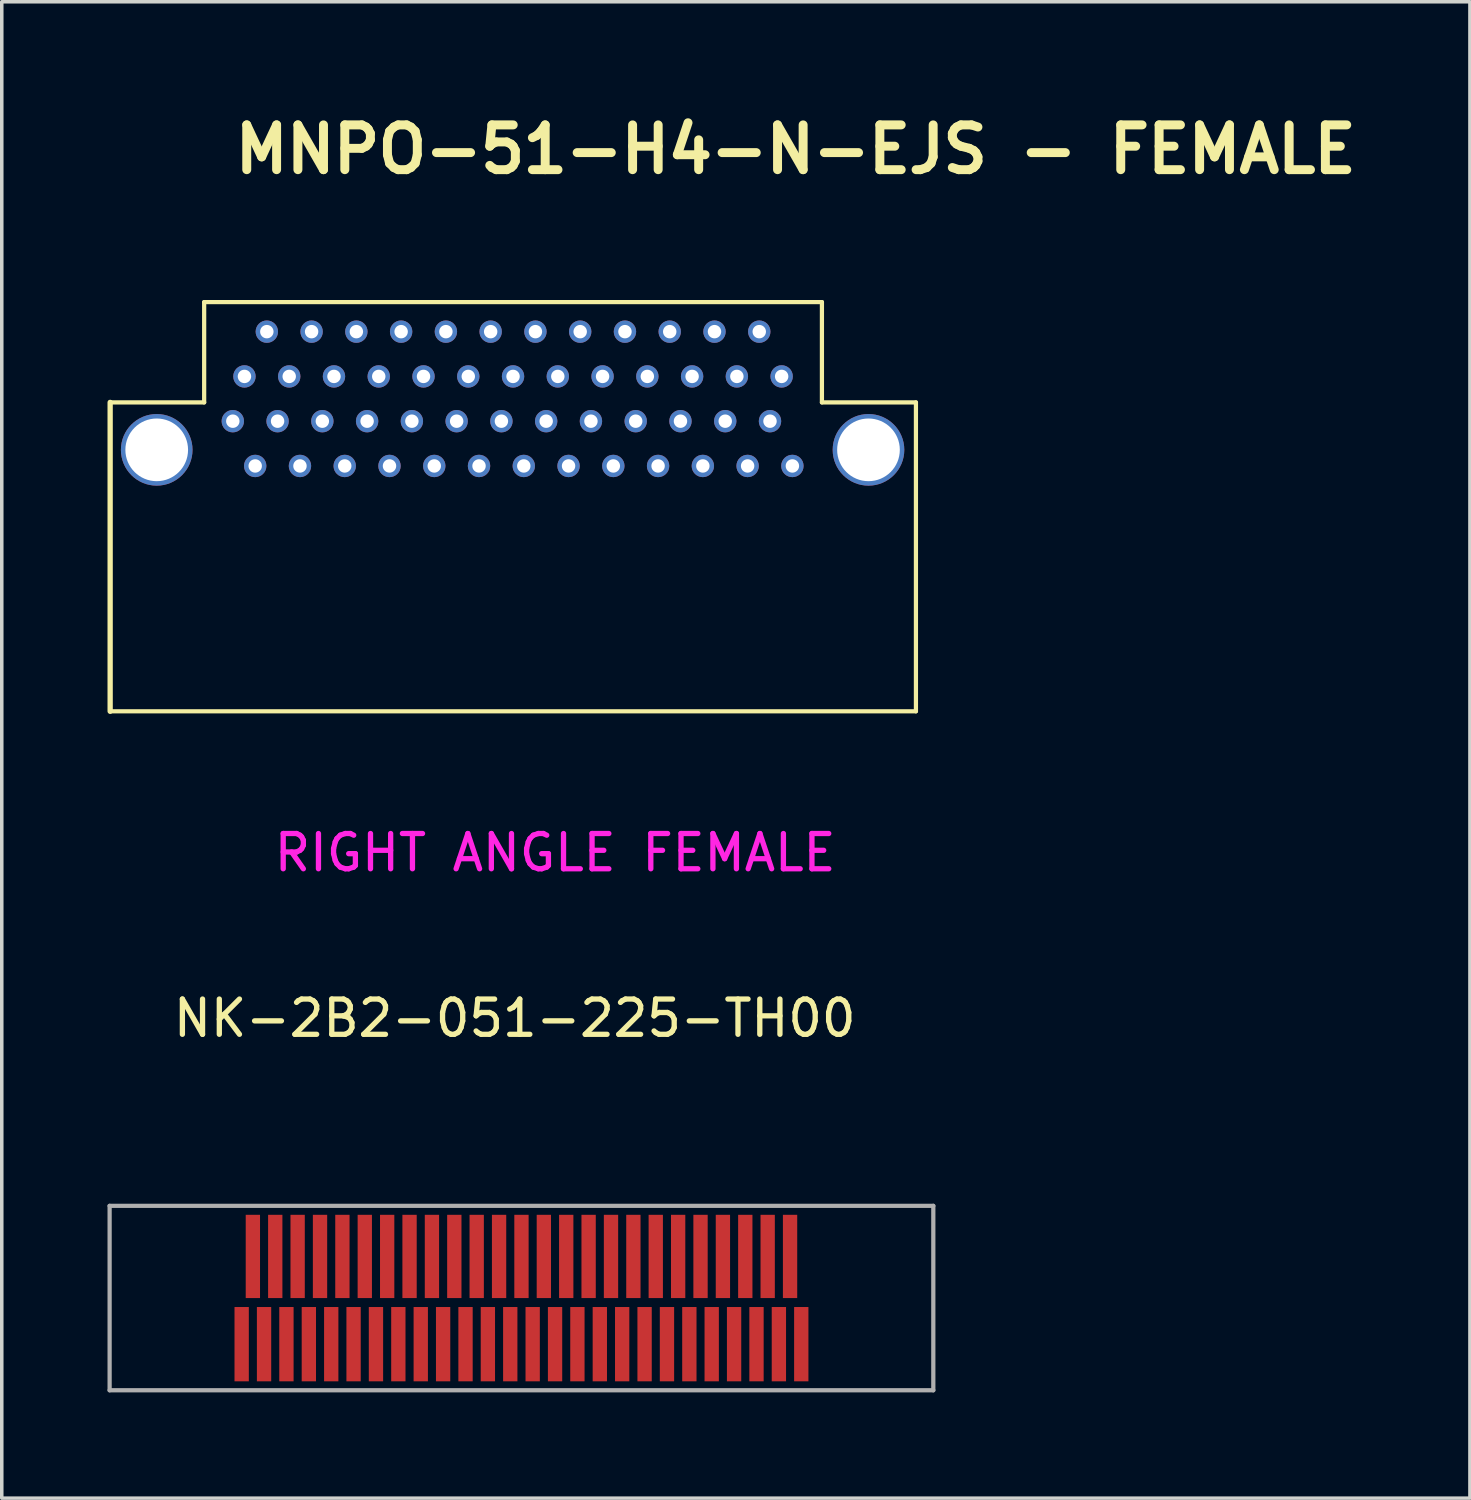
<source format=kicad_pcb>
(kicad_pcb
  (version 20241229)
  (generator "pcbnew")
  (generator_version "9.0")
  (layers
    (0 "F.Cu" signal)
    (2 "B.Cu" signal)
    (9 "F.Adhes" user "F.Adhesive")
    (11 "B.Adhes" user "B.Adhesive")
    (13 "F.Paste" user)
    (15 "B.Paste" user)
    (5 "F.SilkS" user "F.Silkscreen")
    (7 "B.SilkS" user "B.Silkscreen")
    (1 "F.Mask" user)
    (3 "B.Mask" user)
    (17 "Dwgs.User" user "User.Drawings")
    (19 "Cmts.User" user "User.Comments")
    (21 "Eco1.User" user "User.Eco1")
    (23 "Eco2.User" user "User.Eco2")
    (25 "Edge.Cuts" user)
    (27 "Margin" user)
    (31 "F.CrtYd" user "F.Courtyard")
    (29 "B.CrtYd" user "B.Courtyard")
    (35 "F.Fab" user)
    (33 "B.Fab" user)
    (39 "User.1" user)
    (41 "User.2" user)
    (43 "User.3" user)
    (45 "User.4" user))
  (footprint "MNPO-51-H4-N-EJS - FEMALE"
    (layer "F.Cu")
    (at 21.589 9.712)
    (property "Reference" "MNPO-51-H4-N-EJS - FEMALE" (at -2.066 -8.523 0) (layer "F.SilkS") (effects (font (size 1.27 1.27) (thickness 0.254))))
    (attr through_hole)
    (fp_line (start -21.514 -1.346) (end -21.514 7.417) (stroke (width 0.15) (type solid)) (layer "F.SilkS"))
    (fp_line (start -18.847 -4.191) (end -1.321 -4.191) (stroke (width 0.12) (type solid)) (layer "F.SilkS"))
    (fp_line (start -18.847 -1.346) (end -21.514 -1.346) (stroke (width 0.12) (type solid)) (layer "F.SilkS"))
    (fp_line (start -18.847 -1.346) (end -18.847 -4.191) (stroke (width 0.12) (type solid)) (layer "F.SilkS"))
    (fp_line (start -1.321 -1.346) (end -1.321 -4.191) (stroke (width 0.12) (type solid)) (layer "F.SilkS"))
    (fp_line (start 1.346 -1.346) (end -1.321 -1.346) (stroke (width 0.12) (type solid)) (layer "F.SilkS"))
    (fp_line (start 1.346 -1.346) (end 1.346 7.417) (stroke (width 0.12) (type solid)) (layer "F.SilkS"))
    (fp_line (start 1.346 7.417) (end -21.514 7.417) (stroke (width 0.12) (type solid)) (layer "F.SilkS"))
    (fp_text user "RIGHT ANGLE FEMALE" (at -8.89 11.43 0) (layer "F.CrtYd") (effects (font (size 1 1) (thickness 0.15))))
    (pad "1" thru_hole circle (at -18.034 -0.813 90) (size 0.635 0.635) (drill 0.381) (layers "*.Cu" "*.Mask"))
    (pad "2" thru_hole circle (at -17.399 0.457 90) (size 0.635 0.635) (drill 0.381) (layers "*.Cu" "*.Mask"))
    (pad "3" thru_hole circle (at -16.764 -0.813 90) (size 0.635 0.635) (drill 0.381) (layers "*.Cu" "*.Mask"))
    (pad "4" thru_hole circle (at -16.129 0.457 90) (size 0.635 0.635) (drill 0.381) (layers "*.Cu" "*.Mask"))
    (pad "5" thru_hole circle (at -15.494 -0.813 90) (size 0.635 0.635) (drill 0.381) (layers "*.Cu" "*.Mask"))
    (pad "6" thru_hole circle (at -14.859 0.457 90) (size 0.635 0.635) (drill 0.381) (layers "*.Cu" "*.Mask"))
    (pad "7" thru_hole circle (at -14.224 -0.813 90) (size 0.635 0.635) (drill 0.381) (layers "*.Cu" "*.Mask"))
    (pad "8" thru_hole circle (at -13.589 0.457 90) (size 0.635 0.635) (drill 0.381) (layers "*.Cu" "*.Mask"))
    (pad "9" thru_hole circle (at -12.954 -0.813 90) (size 0.635 0.635) (drill 0.381) (layers "*.Cu" "*.Mask"))
    (pad "10" thru_hole circle (at -12.319 0.457 90) (size 0.635 0.635) (drill 0.381) (layers "*.Cu" "*.Mask"))
    (pad "11" thru_hole circle (at -11.684 -0.813 90) (size 0.635 0.635) (drill 0.381) (layers "*.Cu" "*.Mask"))
    (pad "12" thru_hole circle (at -11.049 0.457 90) (size 0.635 0.635) (drill 0.381) (layers "*.Cu" "*.Mask"))
    (pad "13" thru_hole circle (at -10.414 -0.813 90) (size 0.635 0.635) (drill 0.381) (layers "*.Cu" "*.Mask"))
    (pad "14" thru_hole circle (at -9.779 0.457 90) (size 0.635 0.635) (drill 0.381) (layers "*.Cu" "*.Mask"))
    (pad "15" thru_hole circle (at -9.144 -0.813 90) (size 0.635 0.635) (drill 0.381) (layers "*.Cu" "*.Mask"))
    (pad "16" thru_hole circle (at -8.509 0.457 90) (size 0.635 0.635) (drill 0.381) (layers "*.Cu" "*.Mask"))
    (pad "17" thru_hole circle (at -7.874 -0.813 90) (size 0.635 0.635) (drill 0.381) (layers "*.Cu" "*.Mask"))
    (pad "18" thru_hole circle (at -7.239 0.457 90) (size 0.635 0.635) (drill 0.381) (layers "*.Cu" "*.Mask"))
    (pad "19" thru_hole circle (at -6.604 -0.813 90) (size 0.635 0.635) (drill 0.381) (layers "*.Cu" "*.Mask"))
    (pad "20" thru_hole circle (at -5.969 0.457 90) (size 0.635 0.635) (drill 0.381) (layers "*.Cu" "*.Mask"))
    (pad "21" thru_hole circle (at -5.334 -0.813 90) (size 0.635 0.635) (drill 0.381) (layers "*.Cu" "*.Mask"))
    (pad "22" thru_hole circle (at -4.699 0.457 90) (size 0.635 0.635) (drill 0.381) (layers "*.Cu" "*.Mask"))
    (pad "23" thru_hole circle (at -4.064 -0.813 90) (size 0.635 0.635) (drill 0.381) (layers "*.Cu" "*.Mask"))
    (pad "24" thru_hole circle (at -3.429 0.457 90) (size 0.635 0.635) (drill 0.381) (layers "*.Cu" "*.Mask"))
    (pad "25" thru_hole circle (at -2.794 -0.813 90) (size 0.635 0.635) (drill 0.381) (layers "*.Cu" "*.Mask"))
    (pad "26" thru_hole circle (at -2.159 0.457 90) (size 0.635 0.635) (drill 0.381) (layers "*.Cu" "*.Mask"))
    (pad "27" thru_hole circle (at -17.704 -2.083 90) (size 0.635 0.635) (drill 0.381) (layers "*.Cu" "*.Mask"))
    (pad "28" thru_hole circle (at -17.069 -3.353 90) (size 0.635 0.635) (drill 0.381) (layers "*.Cu" "*.Mask"))
    (pad "29" thru_hole circle (at -16.434 -2.083 90) (size 0.635 0.635) (drill 0.381) (layers "*.Cu" "*.Mask"))
    (pad "30" thru_hole circle (at -15.799 -3.353 90) (size 0.635 0.635) (drill 0.381) (layers "*.Cu" "*.Mask"))
    (pad "31" thru_hole circle (at -15.164 -2.083 90) (size 0.635 0.635) (drill 0.381) (layers "*.Cu" "*.Mask"))
    (pad "32" thru_hole circle (at -14.529 -3.353 90) (size 0.635 0.635) (drill 0.381) (layers "*.Cu" "*.Mask"))
    (pad "33" thru_hole circle (at -13.894 -2.083 90) (size 0.635 0.635) (drill 0.381) (layers "*.Cu" "*.Mask"))
    (pad "34" thru_hole circle (at -13.259 -3.353 90) (size 0.635 0.635) (drill 0.381) (layers "*.Cu" "*.Mask"))
    (pad "35" thru_hole circle (at -12.624 -2.083 90) (size 0.635 0.635) (drill 0.381) (layers "*.Cu" "*.Mask"))
    (pad "36" thru_hole circle (at -11.989 -3.353 90) (size 0.635 0.635) (drill 0.381) (layers "*.Cu" "*.Mask"))
    (pad "37" thru_hole circle (at -11.354 -2.083 90) (size 0.635 0.635) (drill 0.381) (layers "*.Cu" "*.Mask"))
    (pad "38" thru_hole circle (at -10.719 -3.353 90) (size 0.635 0.635) (drill 0.381) (layers "*.Cu" "*.Mask"))
    (pad "39" thru_hole circle (at -10.084 -2.083 90) (size 0.635 0.635) (drill 0.381) (layers "*.Cu" "*.Mask"))
    (pad "40" thru_hole circle (at -9.449 -3.353 90) (size 0.635 0.635) (drill 0.381) (layers "*.Cu" "*.Mask"))
    (pad "41" thru_hole circle (at -8.814 -2.083 90) (size 0.635 0.635) (drill 0.381) (layers "*.Cu" "*.Mask"))
    (pad "42" thru_hole circle (at -8.179 -3.353 90) (size 0.635 0.635) (drill 0.381) (layers "*.Cu" "*.Mask"))
    (pad "43" thru_hole circle (at -7.544 -2.083 90) (size 0.635 0.635) (drill 0.381) (layers "*.Cu" "*.Mask"))
    (pad "44" thru_hole circle (at -6.909 -3.353 90) (size 0.635 0.635) (drill 0.381) (layers "*.Cu" "*.Mask"))
    (pad "45" thru_hole circle (at -6.274 -2.083 90) (size 0.635 0.635) (drill 0.381) (layers "*.Cu" "*.Mask"))
    (pad "46" thru_hole circle (at -5.639 -3.353 90) (size 0.635 0.635) (drill 0.381) (layers "*.Cu" "*.Mask"))
    (pad "47" thru_hole circle (at -5.004 -2.083 90) (size 0.635 0.635) (drill 0.381) (layers "*.Cu" "*.Mask"))
    (pad "48" thru_hole circle (at -4.369 -3.353 90) (size 0.635 0.635) (drill 0.381) (layers "*.Cu" "*.Mask"))
    (pad "49" thru_hole circle (at -3.734 -2.083 90) (size 0.635 0.635) (drill 0.381) (layers "*.Cu" "*.Mask"))
    (pad "50" thru_hole circle (at -3.099 -3.353 90) (size 0.635 0.635) (drill 0.381) (layers "*.Cu" "*.Mask"))
    (pad "51" thru_hole circle (at -2.464 -2.083 90) (size 0.635 0.635) (drill 0.381) (layers "*.Cu" "*.Mask"))
    (pad "52" thru_hole circle (at -20.193 0 90) (size 2.032 2.032) (drill 1.778) (layers "*.Cu" "*.Mask"))
    (pad "53" thru_hole circle (at 0 0 90) (size 2.032 2.032) (drill 1.778) (layers "*.Cu" "*.Mask")))
  (footprint "NK-2B2-051-225-TH00"
    (layer "F.Cu")
    (at 11.744 33.903)
    (property "Reference" "NK-2B2-051-225-TH00" (at -0.191 -8.065 0) (layer "F.SilkS") (effects (font (size 1 1) (thickness 0.15))))
    (attr through_hole)
    (fp_line (start -11.684 -2.743) (end 11.684 -2.743) (stroke (width 0.12) (type solid)) (layer "F.Fab"))
    (fp_line (start -11.684 2.489) (end -11.684 -2.743) (stroke (width 0.12) (type solid)) (layer "F.Fab"))
    (fp_line (start -11.684 2.489) (end 11.684 2.489) (stroke (width 0.12) (type solid)) (layer "F.Fab"))
    (fp_line (start 11.684 2.489) (end 11.684 -2.743) (stroke (width 0.12) (type solid)) (layer "F.Fab"))
    (pad "1" smd rect (at -7.938 1.181) (size 0.406 2.108) (layers "F.Cu" "F.Mask" "F.Paste"))
    (pad "2" smd rect (at -7.303 1.181) (size 0.406 2.108) (layers "F.Cu" "F.Mask" "F.Paste"))
    (pad "3" smd rect (at -6.668 1.181) (size 0.406 2.108) (layers "F.Cu" "F.Mask" "F.Paste"))
    (pad "4" smd rect (at -6.032 1.181) (size 0.406 2.108) (layers "F.Cu" "F.Mask" "F.Paste"))
    (pad "5" smd rect (at -5.397 1.181) (size 0.406 2.108) (layers "F.Cu" "F.Mask" "F.Paste"))
    (pad "6" smd rect (at -4.763 1.181) (size 0.406 2.108) (layers "F.Cu" "F.Mask" "F.Paste"))
    (pad "7" smd rect (at -4.128 1.181) (size 0.406 2.108) (layers "F.Cu" "F.Mask" "F.Paste"))
    (pad "8" smd rect (at -3.493 1.181) (size 0.406 2.108) (layers "F.Cu" "F.Mask" "F.Paste"))
    (pad "9" smd rect (at -2.857 1.181) (size 0.406 2.108) (layers "F.Cu" "F.Mask" "F.Paste"))
    (pad "10" smd rect (at -2.223 1.181) (size 0.406 2.108) (layers "F.Cu" "F.Mask" "F.Paste"))
    (pad "11" smd rect (at -1.587 1.181) (size 0.406 2.108) (layers "F.Cu" "F.Mask" "F.Paste"))
    (pad "12" smd rect (at -0.953 1.181) (size 0.406 2.108) (layers "F.Cu" "F.Mask" "F.Paste"))
    (pad "13" smd rect (at -0.318 1.181) (size 0.406 2.108) (layers "F.Cu" "F.Mask" "F.Paste"))
    (pad "14" smd rect (at 0.318 1.181) (size 0.406 2.108) (layers "F.Cu" "F.Mask" "F.Paste"))
    (pad "15" smd rect (at 0.953 1.181) (size 0.406 2.108) (layers "F.Cu" "F.Mask" "F.Paste"))
    (pad "16" smd rect (at 1.587 1.181) (size 0.406 2.108) (layers "F.Cu" "F.Mask" "F.Paste"))
    (pad "17" smd rect (at 2.223 1.181) (size 0.406 2.108) (layers "F.Cu" "F.Mask" "F.Paste"))
    (pad "18" smd rect (at 2.857 1.181) (size 0.406 2.108) (layers "F.Cu" "F.Mask" "F.Paste"))
    (pad "19" smd rect (at 3.493 1.181) (size 0.406 2.108) (layers "F.Cu" "F.Mask" "F.Paste"))
    (pad "20" smd rect (at 4.128 1.181) (size 0.406 2.108) (layers "F.Cu" "F.Mask" "F.Paste"))
    (pad "21" smd rect (at 4.763 1.181) (size 0.406 2.108) (layers "F.Cu" "F.Mask" "F.Paste"))
    (pad "22" smd rect (at 5.397 1.181) (size 0.406 2.108) (layers "F.Cu" "F.Mask" "F.Paste"))
    (pad "23" smd rect (at 6.032 1.181) (size 0.406 2.108) (layers "F.Cu" "F.Mask" "F.Paste"))
    (pad "24" smd rect (at 6.668 1.181) (size 0.406 2.108) (layers "F.Cu" "F.Mask" "F.Paste"))
    (pad "25" smd rect (at 7.303 1.181) (size 0.406 2.108) (layers "F.Cu" "F.Mask" "F.Paste"))
    (pad "26" smd rect (at 7.938 1.181) (size 0.406 2.108) (layers "F.Cu" "F.Mask" "F.Paste"))
    (pad "27" smd rect (at -7.62 -1.308) (size 0.406 2.362) (layers "F.Cu" "F.Mask" "F.Paste"))
    (pad "28" smd rect (at -6.985 -1.308) (size 0.406 2.362) (layers "F.Cu" "F.Mask" "F.Paste"))
    (pad "29" smd rect (at -6.35 -1.308) (size 0.406 2.362) (layers "F.Cu" "F.Mask" "F.Paste"))
    (pad "30" smd rect (at -5.715 -1.308) (size 0.406 2.362) (layers "F.Cu" "F.Mask" "F.Paste"))
    (pad "31" smd rect (at -5.08 -1.308) (size 0.406 2.362) (layers "F.Cu" "F.Mask" "F.Paste"))
    (pad "32" smd rect (at -4.445 -1.308) (size 0.406 2.362) (layers "F.Cu" "F.Mask" "F.Paste"))
    (pad "33" smd rect (at -3.81 -1.308) (size 0.406 2.362) (layers "F.Cu" "F.Mask" "F.Paste"))
    (pad "34" smd rect (at -3.175 -1.308) (size 0.406 2.362) (layers "F.Cu" "F.Mask" "F.Paste"))
    (pad "35" smd rect (at -2.54 -1.308) (size 0.406 2.362) (layers "F.Cu" "F.Mask" "F.Paste"))
    (pad "36" smd rect (at -1.905 -1.308) (size 0.406 2.362) (layers "F.Cu" "F.Mask" "F.Paste"))
    (pad "37" smd rect (at -1.27 -1.308) (size 0.406 2.362) (layers "F.Cu" "F.Mask" "F.Paste"))
    (pad "38" smd rect (at -0.635 -1.308) (size 0.406 2.362) (layers "F.Cu" "F.Mask" "F.Paste"))
    (pad "39" smd rect (at 0 -1.308) (size 0.406 2.362) (layers "F.Cu" "F.Mask" "F.Paste"))
    (pad "40" smd rect (at 0.635 -1.308) (size 0.406 2.362) (layers "F.Cu" "F.Mask" "F.Paste"))
    (pad "41" smd rect (at 1.27 -1.308) (size 0.406 2.362) (layers "F.Cu" "F.Mask" "F.Paste"))
    (pad "42" smd rect (at 1.905 -1.308) (size 0.406 2.362) (layers "F.Cu" "F.Mask" "F.Paste"))
    (pad "43" smd rect (at 2.54 -1.308) (size 0.406 2.362) (layers "F.Cu" "F.Mask" "F.Paste"))
    (pad "44" smd rect (at 3.175 -1.308) (size 0.406 2.362) (layers "F.Cu" "F.Mask" "F.Paste"))
    (pad "45" smd rect (at 3.81 -1.308) (size 0.406 2.362) (layers "F.Cu" "F.Mask" "F.Paste"))
    (pad "46" smd rect (at 4.445 -1.308) (size 0.406 2.362) (layers "F.Cu" "F.Mask" "F.Paste"))
    (pad "47" smd rect (at 5.08 -1.308) (size 0.406 2.362) (layers "F.Cu" "F.Mask" "F.Paste"))
    (pad "48" smd rect (at 5.715 -1.308) (size 0.406 2.362) (layers "F.Cu" "F.Mask" "F.Paste"))
    (pad "49" smd rect (at 6.35 -1.308) (size 0.406 2.362) (layers "F.Cu" "F.Mask" "F.Paste"))
    (pad "50" smd rect (at 6.985 -1.308) (size 0.406 2.362) (layers "F.Cu" "F.Mask" "F.Paste"))
    (pad "51" smd rect (at 7.62 -1.308) (size 0.406 2.362) (layers "F.Cu" "F.Mask" "F.Paste")))
  (gr_rect
    (start -3 -3)
    (end 38.652 39.452)
    (stroke (width 0.1) (type default))
    (fill no)
    (layer "Edge.Cuts")))
</source>
